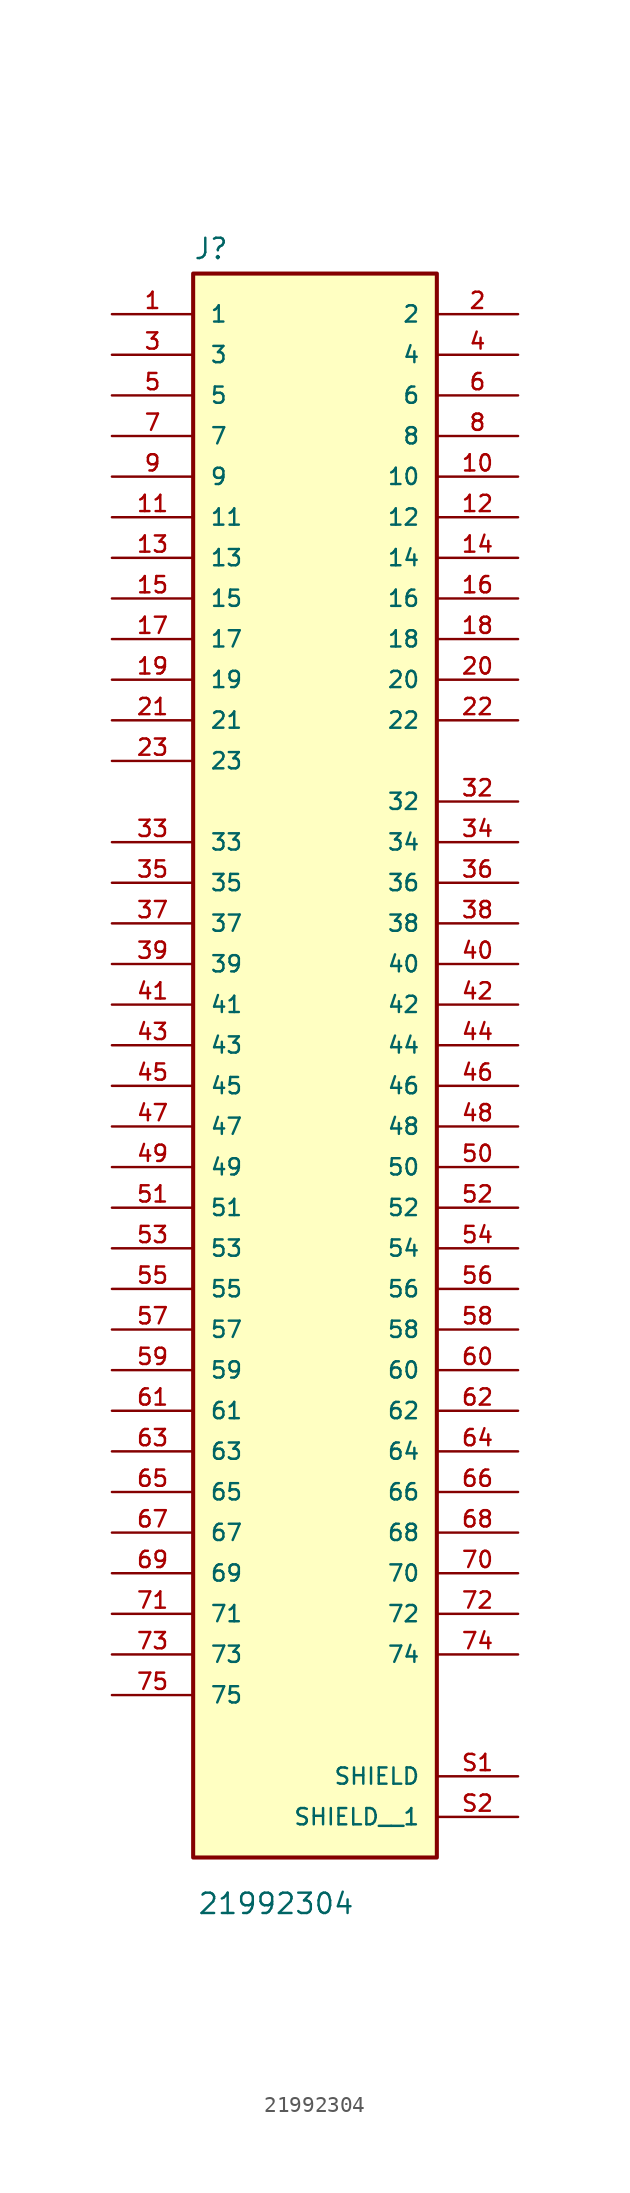
<source format=kicad_sym>
(kicad_symbol_lib
  (version 20211014)
  (generator kicad_symbol_editor)
  (symbol "21992304"
    (pin_names
      (offset 1.016))
    (property "Reference" "J"
      (at -7.627 49.066 0)
      (effects (font (size 1.27 1.27)) (justify bottom left)))
    (property "Value" "21992304"
      (at -7.377 -54.431 0)
      (effects (font (size 1.27 1.27)) (justify bottom left)))
    (symbol "21992304_0_0"
      (rectangle (start -7.62 -50.8) (end 7.62 48.26) (stroke (width 0.254)) (fill (type background)))
      (pin passive line (at -12.7 45.72 0) (length 5.08) (name "1" (effects (font (size 1.016 1.016)))) (number "1" (effects (font (size 1.016 1.016)))))
      (pin passive line (at 12.7 45.72 180.0) (length 5.08) (name "2" (effects (font (size 1.016 1.016)))) (number "2" (effects (font (size 1.016 1.016)))))
      (pin passive line (at -12.7 43.18 0) (length 5.08) (name "3" (effects (font (size 1.016 1.016)))) (number "3" (effects (font (size 1.016 1.016)))))
      (pin passive line (at 12.7 43.18 180.0) (length 5.08) (name "4" (effects (font (size 1.016 1.016)))) (number "4" (effects (font (size 1.016 1.016)))))
      (pin passive line (at -12.7 40.64 0) (length 5.08) (name "5" (effects (font (size 1.016 1.016)))) (number "5" (effects (font (size 1.016 1.016)))))
      (pin passive line (at 12.7 40.64 180.0) (length 5.08) (name "6" (effects (font (size 1.016 1.016)))) (number "6" (effects (font (size 1.016 1.016)))))
      (pin passive line (at -12.7 38.1 0) (length 5.08) (name "7" (effects (font (size 1.016 1.016)))) (number "7" (effects (font (size 1.016 1.016)))))
      (pin passive line (at 12.7 38.1 180.0) (length 5.08) (name "8" (effects (font (size 1.016 1.016)))) (number "8" (effects (font (size 1.016 1.016)))))
      (pin passive line (at -12.7 35.56 0) (length 5.08) (name "9" (effects (font (size 1.016 1.016)))) (number "9" (effects (font (size 1.016 1.016)))))
      (pin passive line (at 12.7 35.56 180.0) (length 5.08) (name "10" (effects (font (size 1.016 1.016)))) (number "10" (effects (font (size 1.016 1.016)))))
      (pin passive line (at -12.7 33.02 0) (length 5.08) (name "11" (effects (font (size 1.016 1.016)))) (number "11" (effects (font (size 1.016 1.016)))))
      (pin passive line (at 12.7 33.02 180.0) (length 5.08) (name "12" (effects (font (size 1.016 1.016)))) (number "12" (effects (font (size 1.016 1.016)))))
      (pin passive line (at -12.7 30.48 0) (length 5.08) (name "13" (effects (font (size 1.016 1.016)))) (number "13" (effects (font (size 1.016 1.016)))))
      (pin passive line (at 12.7 30.48 180.0) (length 5.08) (name "14" (effects (font (size 1.016 1.016)))) (number "14" (effects (font (size 1.016 1.016)))))
      (pin passive line (at -12.7 27.94 0) (length 5.08) (name "15" (effects (font (size 1.016 1.016)))) (number "15" (effects (font (size 1.016 1.016)))))
      (pin passive line (at 12.7 27.94 180.0) (length 5.08) (name "16" (effects (font (size 1.016 1.016)))) (number "16" (effects (font (size 1.016 1.016)))))
      (pin passive line (at -12.7 25.4 0) (length 5.08) (name "17" (effects (font (size 1.016 1.016)))) (number "17" (effects (font (size 1.016 1.016)))))
      (pin passive line (at 12.7 25.4 180.0) (length 5.08) (name "18" (effects (font (size 1.016 1.016)))) (number "18" (effects (font (size 1.016 1.016)))))
      (pin passive line (at -12.7 22.86 0) (length 5.08) (name "19" (effects (font (size 1.016 1.016)))) (number "19" (effects (font (size 1.016 1.016)))))
      (pin passive line (at 12.7 22.86 180.0) (length 5.08) (name "20" (effects (font (size 1.016 1.016)))) (number "20" (effects (font (size 1.016 1.016)))))
      (pin passive line (at -12.7 20.32 0) (length 5.08) (name "21" (effects (font (size 1.016 1.016)))) (number "21" (effects (font (size 1.016 1.016)))))
      (pin passive line (at 12.7 20.32 180.0) (length 5.08) (name "22" (effects (font (size 1.016 1.016)))) (number "22" (effects (font (size 1.016 1.016)))))
      (pin passive line (at -12.7 17.78 0) (length 5.08) (name "23" (effects (font (size 1.016 1.016)))) (number "23" (effects (font (size 1.016 1.016)))))
      (pin passive line (at 12.7 15.24 180.0) (length 5.08) (name "32" (effects (font (size 1.016 1.016)))) (number "32" (effects (font (size 1.016 1.016)))))
      (pin passive line (at -12.7 12.7 0) (length 5.08) (name "33" (effects (font (size 1.016 1.016)))) (number "33" (effects (font (size 1.016 1.016)))))
      (pin passive line (at 12.7 12.7 180.0) (length 5.08) (name "34" (effects (font (size 1.016 1.016)))) (number "34" (effects (font (size 1.016 1.016)))))
      (pin passive line (at -12.7 10.16 0) (length 5.08) (name "35" (effects (font (size 1.016 1.016)))) (number "35" (effects (font (size 1.016 1.016)))))
      (pin passive line (at 12.7 10.16 180.0) (length 5.08) (name "36" (effects (font (size 1.016 1.016)))) (number "36" (effects (font (size 1.016 1.016)))))
      (pin passive line (at -12.7 7.62 0) (length 5.08) (name "37" (effects (font (size 1.016 1.016)))) (number "37" (effects (font (size 1.016 1.016)))))
      (pin passive line (at 12.7 7.62 180.0) (length 5.08) (name "38" (effects (font (size 1.016 1.016)))) (number "38" (effects (font (size 1.016 1.016)))))
      (pin passive line (at -12.7 5.08 0) (length 5.08) (name "39" (effects (font (size 1.016 1.016)))) (number "39" (effects (font (size 1.016 1.016)))))
      (pin passive line (at 12.7 5.08 180.0) (length 5.08) (name "40" (effects (font (size 1.016 1.016)))) (number "40" (effects (font (size 1.016 1.016)))))
      (pin passive line (at -12.7 2.54 0) (length 5.08) (name "41" (effects (font (size 1.016 1.016)))) (number "41" (effects (font (size 1.016 1.016)))))
      (pin passive line (at 12.7 2.54 180.0) (length 5.08) (name "42" (effects (font (size 1.016 1.016)))) (number "42" (effects (font (size 1.016 1.016)))))
      (pin passive line (at -12.7 0.0 0) (length 5.08) (name "43" (effects (font (size 1.016 1.016)))) (number "43" (effects (font (size 1.016 1.016)))))
      (pin passive line (at 12.7 0.0 180.0) (length 5.08) (name "44" (effects (font (size 1.016 1.016)))) (number "44" (effects (font (size 1.016 1.016)))))
      (pin passive line (at -12.7 -2.54 0) (length 5.08) (name "45" (effects (font (size 1.016 1.016)))) (number "45" (effects (font (size 1.016 1.016)))))
      (pin passive line (at 12.7 -2.54 180.0) (length 5.08) (name "46" (effects (font (size 1.016 1.016)))) (number "46" (effects (font (size 1.016 1.016)))))
      (pin passive line (at -12.7 -5.08 0) (length 5.08) (name "47" (effects (font (size 1.016 1.016)))) (number "47" (effects (font (size 1.016 1.016)))))
      (pin passive line (at 12.7 -5.08 180.0) (length 5.08) (name "48" (effects (font (size 1.016 1.016)))) (number "48" (effects (font (size 1.016 1.016)))))
      (pin passive line (at -12.7 -7.62 0) (length 5.08) (name "49" (effects (font (size 1.016 1.016)))) (number "49" (effects (font (size 1.016 1.016)))))
      (pin passive line (at 12.7 -7.62 180.0) (length 5.08) (name "50" (effects (font (size 1.016 1.016)))) (number "50" (effects (font (size 1.016 1.016)))))
      (pin passive line (at -12.7 -10.16 0) (length 5.08) (name "51" (effects (font (size 1.016 1.016)))) (number "51" (effects (font (size 1.016 1.016)))))
      (pin passive line (at 12.7 -10.16 180.0) (length 5.08) (name "52" (effects (font (size 1.016 1.016)))) (number "52" (effects (font (size 1.016 1.016)))))
      (pin passive line (at -12.7 -12.7 0) (length 5.08) (name "53" (effects (font (size 1.016 1.016)))) (number "53" (effects (font (size 1.016 1.016)))))
      (pin passive line (at 12.7 -12.7 180.0) (length 5.08) (name "54" (effects (font (size 1.016 1.016)))) (number "54" (effects (font (size 1.016 1.016)))))
      (pin passive line (at -12.7 -15.24 0) (length 5.08) (name "55" (effects (font (size 1.016 1.016)))) (number "55" (effects (font (size 1.016 1.016)))))
      (pin passive line (at 12.7 -15.24 180.0) (length 5.08) (name "56" (effects (font (size 1.016 1.016)))) (number "56" (effects (font (size 1.016 1.016)))))
      (pin passive line (at -12.7 -17.78 0) (length 5.08) (name "57" (effects (font (size 1.016 1.016)))) (number "57" (effects (font (size 1.016 1.016)))))
      (pin passive line (at 12.7 -17.78 180.0) (length 5.08) (name "58" (effects (font (size 1.016 1.016)))) (number "58" (effects (font (size 1.016 1.016)))))
      (pin passive line (at -12.7 -20.32 0) (length 5.08) (name "59" (effects (font (size 1.016 1.016)))) (number "59" (effects (font (size 1.016 1.016)))))
      (pin passive line (at 12.7 -20.32 180.0) (length 5.08) (name "60" (effects (font (size 1.016 1.016)))) (number "60" (effects (font (size 1.016 1.016)))))
      (pin passive line (at -12.7 -22.86 0) (length 5.08) (name "61" (effects (font (size 1.016 1.016)))) (number "61" (effects (font (size 1.016 1.016)))))
      (pin passive line (at 12.7 -22.86 180.0) (length 5.08) (name "62" (effects (font (size 1.016 1.016)))) (number "62" (effects (font (size 1.016 1.016)))))
      (pin passive line (at -12.7 -25.4 0) (length 5.08) (name "63" (effects (font (size 1.016 1.016)))) (number "63" (effects (font (size 1.016 1.016)))))
      (pin passive line (at 12.7 -25.4 180.0) (length 5.08) (name "64" (effects (font (size 1.016 1.016)))) (number "64" (effects (font (size 1.016 1.016)))))
      (pin passive line (at -12.7 -27.94 0) (length 5.08) (name "65" (effects (font (size 1.016 1.016)))) (number "65" (effects (font (size 1.016 1.016)))))
      (pin passive line (at 12.7 -27.94 180.0) (length 5.08) (name "66" (effects (font (size 1.016 1.016)))) (number "66" (effects (font (size 1.016 1.016)))))
      (pin passive line (at -12.7 -30.48 0) (length 5.08) (name "67" (effects (font (size 1.016 1.016)))) (number "67" (effects (font (size 1.016 1.016)))))
      (pin passive line (at 12.7 -30.48 180.0) (length 5.08) (name "68" (effects (font (size 1.016 1.016)))) (number "68" (effects (font (size 1.016 1.016)))))
      (pin passive line (at -12.7 -33.02 0) (length 5.08) (name "69" (effects (font (size 1.016 1.016)))) (number "69" (effects (font (size 1.016 1.016)))))
      (pin passive line (at 12.7 -33.02 180.0) (length 5.08) (name "70" (effects (font (size 1.016 1.016)))) (number "70" (effects (font (size 1.016 1.016)))))
      (pin passive line (at -12.7 -35.56 0) (length 5.08) (name "71" (effects (font (size 1.016 1.016)))) (number "71" (effects (font (size 1.016 1.016)))))
      (pin passive line (at 12.7 -35.56 180.0) (length 5.08) (name "72" (effects (font (size 1.016 1.016)))) (number "72" (effects (font (size 1.016 1.016)))))
      (pin passive line (at -12.7 -38.1 0) (length 5.08) (name "73" (effects (font (size 1.016 1.016)))) (number "73" (effects (font (size 1.016 1.016)))))
      (pin passive line (at 12.7 -38.1 180.0) (length 5.08) (name "74" (effects (font (size 1.016 1.016)))) (number "74" (effects (font (size 1.016 1.016)))))
      (pin passive line (at -12.7 -40.64 0) (length 5.08) (name "75" (effects (font (size 1.016 1.016)))) (number "75" (effects (font (size 1.016 1.016)))))
      (pin passive line (at 12.7 -45.72 180.0) (length 5.08) (name "SHIELD" (effects (font (size 1.016 1.016)))) (number "S1" (effects (font (size 1.016 1.016)))))
      (pin passive line (at 12.7 -48.26 180.0) (length 5.08) (name "SHIELD__1" (effects (font (size 1.016 1.016)))) (number "S2" (effects (font (size 1.016 1.016))))))))
</source>
